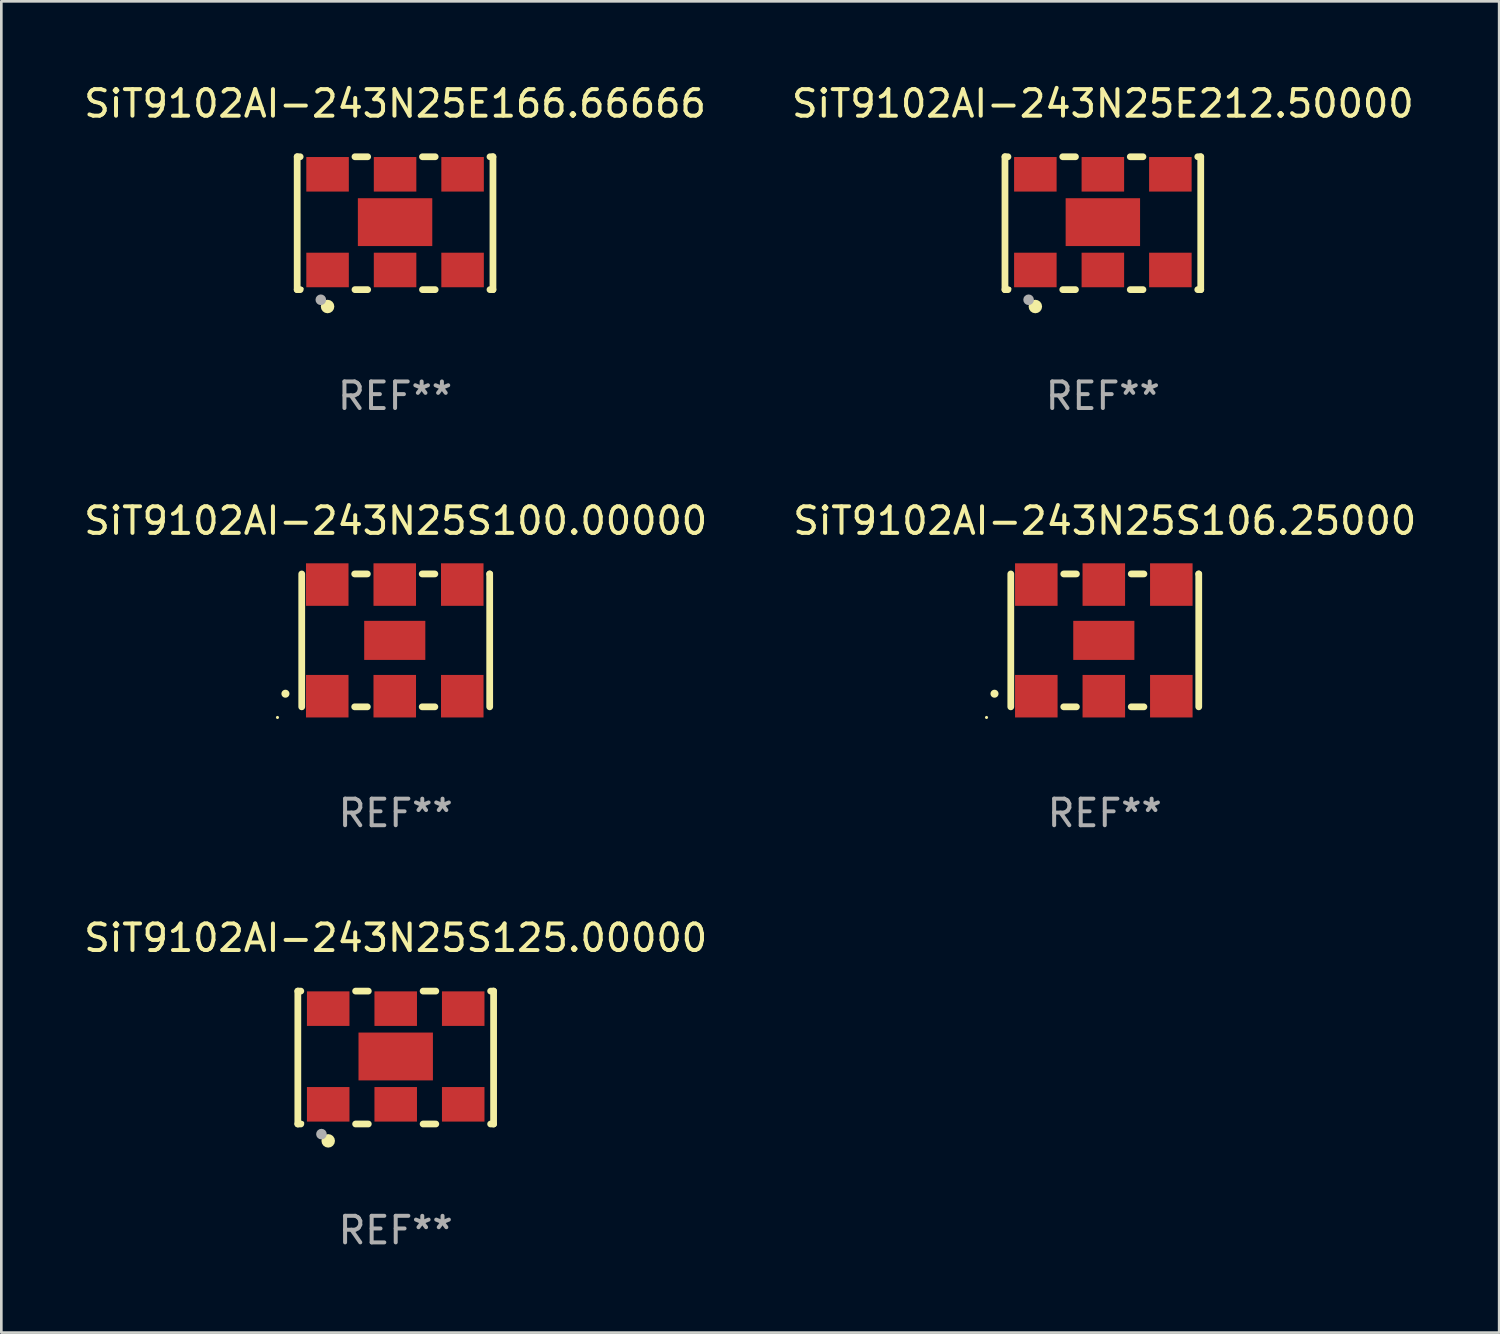
<source format=kicad_pcb>
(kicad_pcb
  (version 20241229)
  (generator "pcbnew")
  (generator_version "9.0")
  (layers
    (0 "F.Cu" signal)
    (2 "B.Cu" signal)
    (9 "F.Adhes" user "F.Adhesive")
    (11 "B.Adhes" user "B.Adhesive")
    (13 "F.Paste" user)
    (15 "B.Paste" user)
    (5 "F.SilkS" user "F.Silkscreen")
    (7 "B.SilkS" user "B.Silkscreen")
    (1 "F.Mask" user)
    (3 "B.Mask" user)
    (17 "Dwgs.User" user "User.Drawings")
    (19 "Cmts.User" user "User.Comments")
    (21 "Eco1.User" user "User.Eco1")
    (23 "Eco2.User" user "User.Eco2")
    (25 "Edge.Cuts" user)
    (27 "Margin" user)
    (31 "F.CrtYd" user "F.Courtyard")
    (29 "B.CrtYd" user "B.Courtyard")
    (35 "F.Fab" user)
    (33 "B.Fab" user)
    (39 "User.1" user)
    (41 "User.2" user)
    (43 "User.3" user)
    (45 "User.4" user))
  (footprint "SiT9102AI-243N25E212.50000"
    (layer "F.Cu")
    (at 38.446 5.348)
    (property "Reference" "SiT9102AI-243N25E212.50000" (at 0 -4.5 0) (layer "F.SilkS") (effects (font (size 1 1) (thickness 0.15))))
    (attr through_hole)
    (fp_line (start -3.683 -2.5) (end -3.571 -2.5) (stroke (width 0.254) (type solid)) (layer "F.SilkS"))
    (fp_line (start -3.683 2.5) (end -3.683 -2.5) (stroke (width 0.254) (type solid)) (layer "F.SilkS"))
    (fp_line (start -3.683 2.5) (end -3.571 2.5) (stroke (width 0.254) (type solid)) (layer "F.SilkS"))
    (fp_line (start -1.509 -2.5) (end -1.031 -2.5) (stroke (width 0.254) (type solid)) (layer "F.SilkS"))
    (fp_line (start -1.509 2.5) (end -1.031 2.5) (stroke (width 0.254) (type solid)) (layer "F.SilkS"))
    (fp_line (start 1.031 -2.5) (end 1.509 -2.5) (stroke (width 0.254) (type solid)) (layer "F.SilkS"))
    (fp_line (start 1.031 2.5) (end 1.509 2.5) (stroke (width 0.254) (type solid)) (layer "F.SilkS"))
    (fp_line (start 3.571 -2.5) (end 3.683 -2.5) (stroke (width 0.254) (type solid)) (layer "F.SilkS"))
    (fp_line (start 3.571 2.5) (end 3.683 2.5) (stroke (width 0.254) (type solid)) (layer "F.SilkS"))
    (fp_line (start 3.683 2.5) (end 3.683 -2.5) (stroke (width 0.254) (type solid)) (layer "F.SilkS"))
    (fp_circle (center -3.5 2.46) (end -3.47 2.46) (stroke (width 0.06) (type solid)) (fill no) (layer "F.SilkS"))
    (fp_circle (center -2.54 3.135) (end -2.413 3.135) (stroke (width 0.254) (type solid)) (fill no) (layer "F.SilkS"))
    (fp_circle (center -2.794 2.881) (end -2.694 2.881) (stroke (width 0.2) (type solid)) (fill no) (layer "F.Fab"))
    (fp_text user "REF**" (at 0 6.5 0) (layer "F.Fab") (effects (font (size 1 1) (thickness 0.15))))
    (pad "1" smd rect (at -2.54 1.76) (size 1.6 1.3) (layers "F.Cu" "F.Mask" "F.Paste"))
    (pad "2" smd rect (at 0 1.76) (size 1.6 1.3) (layers "F.Cu" "F.Mask" "F.Paste"))
    (pad "3" smd rect (at 2.54 1.76) (size 1.6 1.3) (layers "F.Cu" "F.Mask" "F.Paste"))
    (pad "4" smd rect (at 2.54 -1.84) (size 1.6 1.3) (layers "F.Cu" "F.Mask" "F.Paste"))
    (pad "5" smd rect (at 0 -1.84) (size 1.6 1.3) (layers "F.Cu" "F.Mask" "F.Paste"))
    (pad "6" smd rect (at -2.54 -1.84) (size 1.6 1.3) (layers "F.Cu" "F.Mask" "F.Paste"))
    (pad "7" smd rect (at 0 -0.04) (size 2.8 1.8) (layers "F.Cu" "F.Mask" "F.Paste")))
  (footprint "SiT9102AI-243N25S125.00000"
    (layer "F.Cu")
    (at 11.839 36.741)
    (property "Reference" "SiT9102AI-243N25S125.00000" (at 0 -4.5 0) (layer "F.SilkS") (effects (font (size 1 1) (thickness 0.15))))
    (attr through_hole)
    (fp_line (start -3.683 -2.5) (end -3.571 -2.5) (stroke (width 0.254) (type solid)) (layer "F.SilkS"))
    (fp_line (start -3.683 2.5) (end -3.683 -2.5) (stroke (width 0.254) (type solid)) (layer "F.SilkS"))
    (fp_line (start -3.683 2.5) (end -3.571 2.5) (stroke (width 0.254) (type solid)) (layer "F.SilkS"))
    (fp_line (start -1.509 -2.5) (end -1.031 -2.5) (stroke (width 0.254) (type solid)) (layer "F.SilkS"))
    (fp_line (start -1.509 2.5) (end -1.031 2.5) (stroke (width 0.254) (type solid)) (layer "F.SilkS"))
    (fp_line (start 1.031 -2.5) (end 1.509 -2.5) (stroke (width 0.254) (type solid)) (layer "F.SilkS"))
    (fp_line (start 1.031 2.5) (end 1.509 2.5) (stroke (width 0.254) (type solid)) (layer "F.SilkS"))
    (fp_line (start 3.571 -2.5) (end 3.683 -2.5) (stroke (width 0.254) (type solid)) (layer "F.SilkS"))
    (fp_line (start 3.571 2.5) (end 3.683 2.5) (stroke (width 0.254) (type solid)) (layer "F.SilkS"))
    (fp_line (start 3.683 2.5) (end 3.683 -2.5) (stroke (width 0.254) (type solid)) (layer "F.SilkS"))
    (fp_circle (center -3.5 2.46) (end -3.47 2.46) (stroke (width 0.06) (type solid)) (fill no) (layer "F.SilkS"))
    (fp_circle (center -2.54 3.135) (end -2.413 3.135) (stroke (width 0.254) (type solid)) (fill no) (layer "F.SilkS"))
    (fp_circle (center -2.794 2.881) (end -2.694 2.881) (stroke (width 0.2) (type solid)) (fill no) (layer "F.Fab"))
    (fp_text user "REF**" (at 0 6.5 0) (layer "F.Fab") (effects (font (size 1 1) (thickness 0.15))))
    (pad "1" smd rect (at -2.54 1.76) (size 1.6 1.3) (layers "F.Cu" "F.Mask" "F.Paste"))
    (pad "2" smd rect (at 0 1.76) (size 1.6 1.3) (layers "F.Cu" "F.Mask" "F.Paste"))
    (pad "3" smd rect (at 2.54 1.76) (size 1.6 1.3) (layers "F.Cu" "F.Mask" "F.Paste"))
    (pad "4" smd rect (at 2.54 -1.84) (size 1.6 1.3) (layers "F.Cu" "F.Mask" "F.Paste"))
    (pad "5" smd rect (at 0 -1.84) (size 1.6 1.3) (layers "F.Cu" "F.Mask" "F.Paste"))
    (pad "6" smd rect (at -2.54 -1.84) (size 1.6 1.3) (layers "F.Cu" "F.Mask" "F.Paste"))
    (pad "7" smd rect (at 0 -0.04) (size 2.8 1.8) (layers "F.Cu" "F.Mask" "F.Paste")))
  (footprint "SiT9102AI-243N25E166.66666"
    (layer "F.Cu")
    (at 11.815 5.348)
    (property "Reference" "SiT9102AI-243N25E166.66666" (at 0 -4.5 0) (layer "F.SilkS") (effects (font (size 1 1) (thickness 0.15))))
    (attr through_hole)
    (fp_line (start -3.683 -2.5) (end -3.571 -2.5) (stroke (width 0.254) (type solid)) (layer "F.SilkS"))
    (fp_line (start -3.683 2.5) (end -3.683 -2.5) (stroke (width 0.254) (type solid)) (layer "F.SilkS"))
    (fp_line (start -3.683 2.5) (end -3.571 2.5) (stroke (width 0.254) (type solid)) (layer "F.SilkS"))
    (fp_line (start -1.509 -2.5) (end -1.031 -2.5) (stroke (width 0.254) (type solid)) (layer "F.SilkS"))
    (fp_line (start -1.509 2.5) (end -1.031 2.5) (stroke (width 0.254) (type solid)) (layer "F.SilkS"))
    (fp_line (start 1.031 -2.5) (end 1.509 -2.5) (stroke (width 0.254) (type solid)) (layer "F.SilkS"))
    (fp_line (start 1.031 2.5) (end 1.509 2.5) (stroke (width 0.254) (type solid)) (layer "F.SilkS"))
    (fp_line (start 3.571 -2.5) (end 3.683 -2.5) (stroke (width 0.254) (type solid)) (layer "F.SilkS"))
    (fp_line (start 3.571 2.5) (end 3.683 2.5) (stroke (width 0.254) (type solid)) (layer "F.SilkS"))
    (fp_line (start 3.683 2.5) (end 3.683 -2.5) (stroke (width 0.254) (type solid)) (layer "F.SilkS"))
    (fp_circle (center -3.5 2.46) (end -3.47 2.46) (stroke (width 0.06) (type solid)) (fill no) (layer "F.SilkS"))
    (fp_circle (center -2.54 3.135) (end -2.413 3.135) (stroke (width 0.254) (type solid)) (fill no) (layer "F.SilkS"))
    (fp_circle (center -2.794 2.881) (end -2.694 2.881) (stroke (width 0.2) (type solid)) (fill no) (layer "F.Fab"))
    (fp_text user "REF**" (at 0 6.5 0) (layer "F.Fab") (effects (font (size 1 1) (thickness 0.15))))
    (pad "1" smd rect (at -2.54 1.76) (size 1.6 1.3) (layers "F.Cu" "F.Mask" "F.Paste"))
    (pad "2" smd rect (at 0 1.76) (size 1.6 1.3) (layers "F.Cu" "F.Mask" "F.Paste"))
    (pad "3" smd rect (at 2.54 1.76) (size 1.6 1.3) (layers "F.Cu" "F.Mask" "F.Paste"))
    (pad "4" smd rect (at 2.54 -1.84) (size 1.6 1.3) (layers "F.Cu" "F.Mask" "F.Paste"))
    (pad "5" smd rect (at 0 -1.84) (size 1.6 1.3) (layers "F.Cu" "F.Mask" "F.Paste"))
    (pad "6" smd rect (at -2.54 -1.84) (size 1.6 1.3) (layers "F.Cu" "F.Mask" "F.Paste"))
    (pad "7" smd rect (at 0 -0.04) (size 2.8 1.8) (layers "F.Cu" "F.Mask" "F.Paste")))
  (footprint "SiT9102AI-243N25S106.25000"
    (layer "F.Cu")
    (at 38.518 21.045)
    (property "Reference" "SiT9102AI-243N25S106.25000" (at 0 -4.5 0) (layer "F.SilkS") (effects (font (size 1 1) (thickness 0.15))))
    (attr through_hole)
    (fp_line (start -3.536 -2.5) (end -3.536 2.5) (stroke (width 0.254) (type solid)) (layer "F.SilkS"))
    (fp_line (start -1.544 2.5) (end -1.067 2.5) (stroke (width 0.254) (type solid)) (layer "F.SilkS"))
    (fp_line (start -1.067 -2.5) (end -1.544 -2.5) (stroke (width 0.254) (type solid)) (layer "F.SilkS"))
    (fp_line (start 0.996 2.5) (end 1.473 2.5) (stroke (width 0.254) (type solid)) (layer "F.SilkS"))
    (fp_line (start 1.473 -2.5) (end 0.996 -2.5) (stroke (width 0.254) (type solid)) (layer "F.SilkS"))
    (fp_line (start 3.536 -2.5) (end 3.536 -2.5) (stroke (width 0.254) (type solid)) (layer "F.SilkS"))
    (fp_line (start 3.536 2.5) (end 3.536 -2.5) (stroke (width 0.254) (type solid)) (layer "F.SilkS"))
    (fp_arc (start -4.150432 2.006604) (mid -4.149162 2.006599) (end -4.147892 2.006604) (stroke (width 0.3) (type solid)) (layer "F.SilkS"))
    (fp_circle (center -4.449 2.9) (end -4.419 2.9) (stroke (width 0.06) (type solid)) (fill no) (layer "F.SilkS"))
    (fp_text user "REF**" (at 0 6.5 0) (layer "F.Fab") (effects (font (size 1 1) (thickness 0.15))))
    (pad "1" smd rect (at -2.576 2.1) (size 1.6 1.6) (layers "F.Cu" "F.Mask" "F.Paste"))
    (pad "2" smd rect (at -0.036 2.1) (size 1.6 1.6) (layers "F.Cu" "F.Mask" "F.Paste"))
    (pad "3" smd rect (at 2.504 2.1) (size 1.6 1.6) (layers "F.Cu" "F.Mask" "F.Paste"))
    (pad "4" smd rect (at 2.504 -2.1) (size 1.6 1.6) (layers "F.Cu" "F.Mask" "F.Paste"))
    (pad "5" smd rect (at -0.036 -2.1) (size 1.6 1.6) (layers "F.Cu" "F.Mask" "F.Paste"))
    (pad "6" smd rect (at -2.576 -2.1) (size 1.6 1.6) (layers "F.Cu" "F.Mask" "F.Paste"))
    (pad "7" smd rect (at -0.036 0) (size 2.3 1.47) (layers "F.Cu" "F.Mask" "F.Paste")))
  (footprint "SiT9102AI-243N25S100.00000"
    (layer "F.Cu")
    (at 11.839 21.045)
    (property "Reference" "SiT9102AI-243N25S100.00000" (at 0 -4.5 0) (layer "F.SilkS") (effects (font (size 1 1) (thickness 0.15))))
    (attr through_hole)
    (fp_line (start -3.536 -2.5) (end -3.536 2.5) (stroke (width 0.254) (type solid)) (layer "F.SilkS"))
    (fp_line (start -1.544 2.5) (end -1.067 2.5) (stroke (width 0.254) (type solid)) (layer "F.SilkS"))
    (fp_line (start -1.067 -2.5) (end -1.544 -2.5) (stroke (width 0.254) (type solid)) (layer "F.SilkS"))
    (fp_line (start 0.996 2.5) (end 1.473 2.5) (stroke (width 0.254) (type solid)) (layer "F.SilkS"))
    (fp_line (start 1.473 -2.5) (end 0.996 -2.5) (stroke (width 0.254) (type solid)) (layer "F.SilkS"))
    (fp_line (start 3.536 -2.5) (end 3.536 -2.5) (stroke (width 0.254) (type solid)) (layer "F.SilkS"))
    (fp_line (start 3.536 2.5) (end 3.536 -2.5) (stroke (width 0.254) (type solid)) (layer "F.SilkS"))
    (fp_arc (start -4.150432 2.006604) (mid -4.149162 2.006599) (end -4.147892 2.006604) (stroke (width 0.3) (type solid)) (layer "F.SilkS"))
    (fp_circle (center -4.449 2.9) (end -4.419 2.9) (stroke (width 0.06) (type solid)) (fill no) (layer "F.SilkS"))
    (fp_text user "REF**" (at 0 6.5 0) (layer "F.Fab") (effects (font (size 1 1) (thickness 0.15))))
    (pad "1" smd rect (at -2.576 2.1) (size 1.6 1.6) (layers "F.Cu" "F.Mask" "F.Paste"))
    (pad "2" smd rect (at -0.036 2.1) (size 1.6 1.6) (layers "F.Cu" "F.Mask" "F.Paste"))
    (pad "3" smd rect (at 2.504 2.1) (size 1.6 1.6) (layers "F.Cu" "F.Mask" "F.Paste"))
    (pad "4" smd rect (at 2.504 -2.1) (size 1.6 1.6) (layers "F.Cu" "F.Mask" "F.Paste"))
    (pad "5" smd rect (at -0.036 -2.1) (size 1.6 1.6) (layers "F.Cu" "F.Mask" "F.Paste"))
    (pad "6" smd rect (at -2.576 -2.1) (size 1.6 1.6) (layers "F.Cu" "F.Mask" "F.Paste"))
    (pad "7" smd rect (at -0.036 0) (size 2.3 1.47) (layers "F.Cu" "F.Mask" "F.Paste")))
  (gr_rect
    (start -3 -3)
    (end 53.357 47.09)
    (stroke (width 0.1) (type default))
    (fill no)
    (layer "Edge.Cuts")))
</source>
